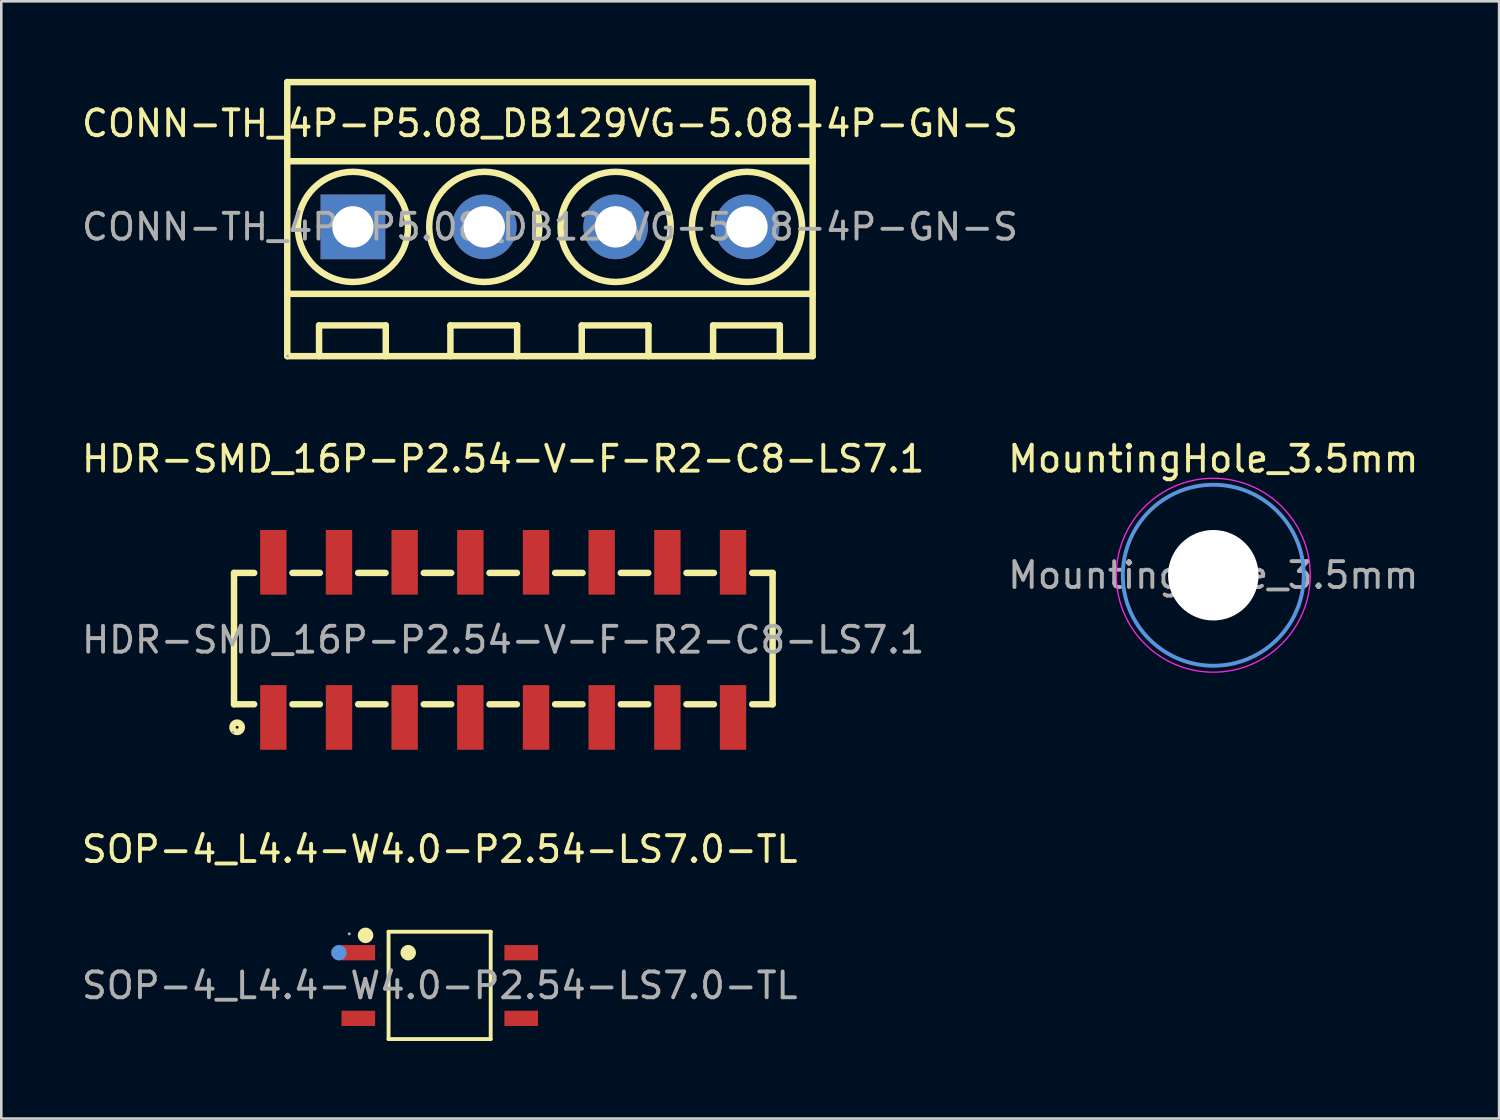
<source format=kicad_pcb>
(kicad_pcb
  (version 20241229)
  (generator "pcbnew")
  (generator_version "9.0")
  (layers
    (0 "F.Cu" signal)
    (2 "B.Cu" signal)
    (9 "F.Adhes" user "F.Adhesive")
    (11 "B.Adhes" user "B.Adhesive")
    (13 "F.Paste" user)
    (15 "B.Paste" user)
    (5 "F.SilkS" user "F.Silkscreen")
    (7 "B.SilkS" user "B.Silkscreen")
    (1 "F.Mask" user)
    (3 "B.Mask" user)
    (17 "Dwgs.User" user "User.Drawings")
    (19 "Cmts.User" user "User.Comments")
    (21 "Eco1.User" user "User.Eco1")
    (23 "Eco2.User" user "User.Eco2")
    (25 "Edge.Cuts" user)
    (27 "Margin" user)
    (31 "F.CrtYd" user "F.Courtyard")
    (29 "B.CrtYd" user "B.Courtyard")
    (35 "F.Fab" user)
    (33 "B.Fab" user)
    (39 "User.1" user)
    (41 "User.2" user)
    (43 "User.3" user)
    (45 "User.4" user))
  (footprint "SOP-4_L4.4-W4.0-P2.54-LS7.0-TL"
    (layer "F.Cu")
    (at 13.958 35.066)
    (property "Reference" "SOP-4_L4.4-W4.0-P2.54-LS7.0-TL" (at 0 -5.27 0) (layer "F.SilkS") (effects (font (size 1 1) (thickness 0.15))))
    (attr smd)
    (fp_line (start -1.98 -2.08) (end 1.97 -2.08) (stroke (width 0.15) (type solid)) (layer "F.SilkS"))
    (fp_line (start -1.98 2.07) (end -1.98 -2.08) (stroke (width 0.15) (type solid)) (layer "F.SilkS"))
    (fp_line (start 1.97 -2.08) (end 1.97 2.07) (stroke (width 0.15) (type solid)) (layer "F.SilkS"))
    (fp_line (start 1.97 2.07) (end -1.98 2.07) (stroke (width 0.15) (type solid)) (layer "F.SilkS"))
    (fp_circle (center -2.87 -1.94) (end -2.72 -1.94) (stroke (width 0.3) (type solid)) (fill no) (layer "F.SilkS"))
    (fp_circle (center -1.22 -1.27) (end -1.07 -1.27) (stroke (width 0.3) (type solid)) (fill no) (layer "F.SilkS"))
    (fp_circle (center -3.9 -1.27) (end -3.75 -1.27) (stroke (width 0.3) (type solid)) (fill no) (layer "Cmts.User"))
    (fp_circle (center -3.5 -2) (end -3.47 -2) (stroke (width 0.06) (type solid)) (fill no) (layer "F.Fab"))
    (fp_text user "${REFERENCE}" (at 0 0 0) (layer "F.Fab") (effects (font (size 1 1) (thickness 0.15))))
    (pad "1" smd rect (at -3.15 -1.27 270) (size 0.59 1.3) (layers "F.Cu" "F.Mask" "F.Paste"))
    (pad "2" smd rect (at -3.15 1.27 270) (size 0.59 1.3) (layers "F.Cu" "F.Mask" "F.Paste"))
    (pad "3" smd rect (at 3.15 1.27 270) (size 0.59 1.3) (layers "F.Cu" "F.Mask" "F.Paste"))
    (pad "4" smd rect (at 3.15 -1.27 270) (size 0.59 1.3) (layers "F.Cu" "F.Mask" "F.Paste")))
  (footprint "HDR-SMD_16P-P2.54-V-F-R2-C8-LS7.1"
    (layer "F.Cu")
    (at 16.411 21.698)
    (property "Reference" "HDR-SMD_16P-P2.54-V-F-R2-C8-LS7.1" (at 0 -7 0) (layer "F.SilkS") (effects (font (size 1 1) (thickness 0.15))))
    (attr smd)
    (fp_line (start -10.41 -2.59) (end -10.41 2.49) (stroke (width 0.25) (type solid)) (layer "F.SilkS"))
    (fp_line (start -10.41 -2.59) (end -9.63 -2.59) (stroke (width 0.25) (type solid)) (layer "F.SilkS"))
    (fp_line (start -10.41 2.49) (end -9.63 2.49) (stroke (width 0.25) (type solid)) (layer "F.SilkS"))
    (fp_line (start -8.15 -2.59) (end -7.09 -2.59) (stroke (width 0.25) (type solid)) (layer "F.SilkS"))
    (fp_line (start -8.15 2.49) (end -7.09 2.49) (stroke (width 0.25) (type solid)) (layer "F.SilkS"))
    (fp_line (start -5.61 -2.59) (end -4.55 -2.59) (stroke (width 0.25) (type solid)) (layer "F.SilkS"))
    (fp_line (start -5.61 2.49) (end -4.55 2.49) (stroke (width 0.25) (type solid)) (layer "F.SilkS"))
    (fp_line (start -3.07 -2.59) (end -2.01 -2.59) (stroke (width 0.25) (type solid)) (layer "F.SilkS"))
    (fp_line (start -3.07 2.49) (end -2.01 2.49) (stroke (width 0.25) (type solid)) (layer "F.SilkS"))
    (fp_line (start -0.53 -2.59) (end 0.53 -2.59) (stroke (width 0.25) (type solid)) (layer "F.SilkS"))
    (fp_line (start -0.53 2.49) (end 0.53 2.49) (stroke (width 0.25) (type solid)) (layer "F.SilkS"))
    (fp_line (start 2.01 -2.59) (end 3.07 -2.59) (stroke (width 0.25) (type solid)) (layer "F.SilkS"))
    (fp_line (start 2.01 2.49) (end 3.07 2.49) (stroke (width 0.25) (type solid)) (layer "F.SilkS"))
    (fp_line (start 4.55 -2.59) (end 5.61 -2.59) (stroke (width 0.25) (type solid)) (layer "F.SilkS"))
    (fp_line (start 4.55 2.49) (end 5.61 2.49) (stroke (width 0.25) (type solid)) (layer "F.SilkS"))
    (fp_line (start 7.09 -2.59) (end 8.15 -2.59) (stroke (width 0.25) (type solid)) (layer "F.SilkS"))
    (fp_line (start 7.09 2.49) (end 8.15 2.49) (stroke (width 0.25) (type solid)) (layer "F.SilkS"))
    (fp_line (start 9.63 -2.59) (end 10.42 -2.59) (stroke (width 0.25) (type solid)) (layer "F.SilkS"))
    (fp_line (start 9.63 2.49) (end 10.42 2.49) (stroke (width 0.25) (type solid)) (layer "F.SilkS"))
    (fp_line (start 10.42 2.49) (end 10.42 -2.59) (stroke (width 0.25) (type solid)) (layer "F.SilkS"))
    (fp_circle (center -10.29 3.38) (end -10.11 3.38) (stroke (width 0.25) (type solid)) (fill no) (layer "F.SilkS"))
    (fp_circle (center -10.45 3.57) (end -10.42 3.57) (stroke (width 0.06) (type solid)) (fill no) (layer "F.Fab"))
    (fp_text user "${REFERENCE}" (at 0 0 0) (layer "F.Fab") (effects (font (size 1 1) (thickness 0.15))))
    (pad "1" smd rect (at -8.89 3) (size 1.02 2.5) (layers "F.Cu" "F.Mask" "F.Paste"))
    (pad "2" smd rect (at -6.35 3) (size 1.02 2.5) (layers "F.Cu" "F.Mask" "F.Paste"))
    (pad "3" smd rect (at -3.81 3) (size 1.02 2.5) (layers "F.Cu" "F.Mask" "F.Paste"))
    (pad "4" smd rect (at -1.27 3) (size 1.02 2.5) (layers "F.Cu" "F.Mask" "F.Paste"))
    (pad "5" smd rect (at 1.27 3) (size 1.02 2.5) (layers "F.Cu" "F.Mask" "F.Paste"))
    (pad "6" smd rect (at 3.81 3) (size 1.02 2.5) (layers "F.Cu" "F.Mask" "F.Paste"))
    (pad "7" smd rect (at 6.35 3) (size 1.02 2.5) (layers "F.Cu" "F.Mask" "F.Paste"))
    (pad "8" smd rect (at 8.89 3) (size 1.02 2.5) (layers "F.Cu" "F.Mask" "F.Paste"))
    (pad "9" smd rect (at 8.89 -3) (size 1.02 2.5) (layers "F.Cu" "F.Mask" "F.Paste"))
    (pad "10" smd rect (at 6.35 -3) (size 1.02 2.5) (layers "F.Cu" "F.Mask" "F.Paste"))
    (pad "11" smd rect (at 3.81 -3) (size 1.02 2.5) (layers "F.Cu" "F.Mask" "F.Paste"))
    (pad "12" smd rect (at 1.27 -3) (size 1.02 2.5) (layers "F.Cu" "F.Mask" "F.Paste"))
    (pad "13" smd rect (at -1.27 -3) (size 1.02 2.5) (layers "F.Cu" "F.Mask" "F.Paste"))
    (pad "14" smd rect (at -3.81 -3) (size 1.02 2.5) (layers "F.Cu" "F.Mask" "F.Paste"))
    (pad "15" smd rect (at -6.35 -3) (size 1.02 2.5) (layers "F.Cu" "F.Mask" "F.Paste"))
    (pad "16" smd rect (at -8.89 -3) (size 1.02 2.5) (layers "F.Cu" "F.Mask" "F.Paste")))
  (footprint "MountingHole_3.5mm"
    (layer "F.Cu")
    (at 43.875 19.198)
    (property "Reference" "MountingHole_3.5mm" (at 0 -4.5 0) (layer "F.SilkS") (effects (font (size 1 1) (thickness 0.15))))
    (attr exclude_from_pos_files exclude_from_bom)
    (fp_circle (center 0 0) (end 3.5 0) (stroke (width 0.15) (type solid)) (fill no) (layer "Cmts.User"))
    (fp_circle (center 0 0) (end 3.75 0) (stroke (width 0.05) (type solid)) (fill no) (layer "F.CrtYd"))
    (fp_text user "${REFERENCE}" (at 0 0 0) (layer "F.Fab") (effects (font (size 1 1) (thickness 0.15))))
    (pad "" np_thru_hole circle (at 0 0) (size 3.5 3.5) (drill 3.5) (layers "*.Cu" "*.Mask")))
  (footprint "CONN-TH_4P-P5.08_DB129VG-5.08-4P-GN-S"
    (layer "F.Cu")
    (at 18.22 5.725)
    (property "Reference" "CONN-TH_4P-P5.08_DB129VG-5.08-4P-GN-S" (at 0 -4 0) (layer "F.SilkS") (effects (font (size 1 1) (thickness 0.15))))
    (attr through_hole)
    (fp_line (start -10.16 -5.6) (end -10.16 5) (stroke (width 0.25) (type solid)) (layer "F.SilkS"))
    (fp_line (start -10.16 -2.54) (end 10.16 -2.54) (stroke (width 0.25) (type solid)) (layer "F.SilkS"))
    (fp_line (start -10.16 2.59) (end 10.16 2.59) (stroke (width 0.25) (type solid)) (layer "F.SilkS"))
    (fp_line (start -8.93 3.81) (end -6.35 3.81) (stroke (width 0.25) (type solid)) (layer "F.SilkS"))
    (fp_line (start -8.93 5) (end -8.93 3.81) (stroke (width 0.25) (type solid)) (layer "F.SilkS"))
    (fp_line (start -6.35 3.81) (end -6.35 5) (stroke (width 0.25) (type solid)) (layer "F.SilkS"))
    (fp_line (start -3.85 3.81) (end -1.27 3.81) (stroke (width 0.25) (type solid)) (layer "F.SilkS"))
    (fp_line (start -3.85 5) (end -3.85 3.81) (stroke (width 0.25) (type solid)) (layer "F.SilkS"))
    (fp_line (start -1.27 3.81) (end -1.27 5) (stroke (width 0.25) (type solid)) (layer "F.SilkS"))
    (fp_line (start 1.23 3.81) (end 3.81 3.81) (stroke (width 0.25) (type solid)) (layer "F.SilkS"))
    (fp_line (start 1.23 5) (end 1.23 3.81) (stroke (width 0.25) (type solid)) (layer "F.SilkS"))
    (fp_line (start 3.81 3.81) (end 3.81 5) (stroke (width 0.25) (type solid)) (layer "F.SilkS"))
    (fp_line (start 6.31 3.81) (end 8.89 3.81) (stroke (width 0.25) (type solid)) (layer "F.SilkS"))
    (fp_line (start 6.31 5) (end 6.31 3.81) (stroke (width 0.25) (type solid)) (layer "F.SilkS"))
    (fp_line (start 8.89 3.81) (end 8.89 5) (stroke (width 0.25) (type solid)) (layer "F.SilkS"))
    (fp_line (start 10.16 -5.6) (end -10.16 -5.6) (stroke (width 0.25) (type solid)) (layer "F.SilkS"))
    (fp_line (start 10.16 -5.6) (end 10.16 5) (stroke (width 0.25) (type solid)) (layer "F.SilkS"))
    (fp_line (start 10.16 5) (end -10.16 5) (stroke (width 0.25) (type solid)) (layer "F.SilkS"))
    (fp_circle (center -7.62 0) (end -5.49 0) (stroke (width 0.25) (type solid)) (fill no) (layer "F.SilkS"))
    (fp_circle (center -2.54 0) (end -0.41 0) (stroke (width 0.25) (type solid)) (fill no) (layer "F.SilkS"))
    (fp_circle (center 2.54 0) (end 4.67 0) (stroke (width 0.25) (type solid)) (fill no) (layer "F.SilkS"))
    (fp_circle (center 7.62 0) (end 9.75 0) (stroke (width 0.25) (type solid)) (fill no) (layer "F.SilkS"))
    (fp_circle (center -10.15 5) (end -10.12 5) (stroke (width 0.06) (type solid)) (fill no) (layer "F.Fab"))
    (fp_text user "${REFERENCE}" (at 0 0 0) (layer "F.Fab") (effects (font (size 1 1) (thickness 0.15))))
    (pad "1" thru_hole rect (at -7.62 0) (size 2.5 2.5) (drill 1.6) (layers "*.Cu" "*.Mask"))
    (pad "2" thru_hole circle (at -2.54 0) (size 2.5 2.5) (drill 1.6) (layers "*.Cu" "*.Mask"))
    (pad "3" thru_hole circle (at 2.54 0) (size 2.5 2.5) (drill 1.6) (layers "*.Cu" "*.Mask"))
    (pad "4" thru_hole circle (at 7.62 0) (size 2.5 2.5) (drill 1.6) (layers "*.Cu" "*.Mask")))
  (gr_rect
    (start -3 -3)
    (end 54.929 40.212)
    (stroke (width 0.1) (type default))
    (fill no)
    (layer "Edge.Cuts")))
</source>
